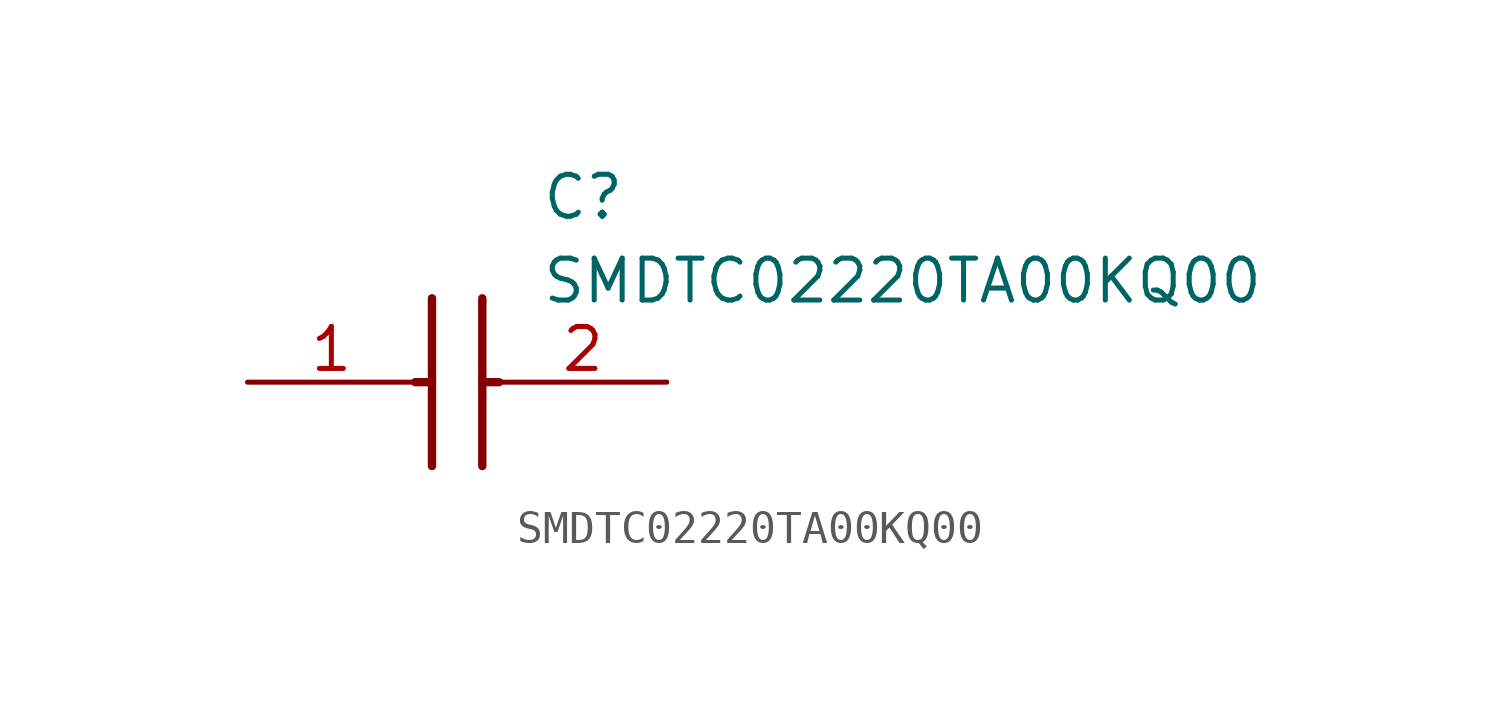
<source format=kicad_sym>
(kicad_symbol_lib
  (version 20211014)
  (generator SamacSys_ECAD_Model)
  (symbol "SMDTC02220TA00KQ00"
    (pin_names hide)
    (property "Reference" "C"
      (at 8.89 6.35 0)
      (effects (font (size 1.27 1.27)) (justify left top)))
    (property "Value" "SMDTC02220TA00KQ00"
      (at 8.89 3.81 0)
      (effects (font (size 1.27 1.27)) (justify left top)))
    (polyline
      (pts (xy 5.588 2.54) (xy 5.588 -2.54))
      (stroke (width 0.254) (type default))
      (fill (type none)))
    (polyline
      (pts (xy 7.112 2.54) (xy 7.112 -2.54))
      (stroke (width 0.254) (type default))
      (fill (type none)))
    (polyline
      (pts (xy 5.08 0) (xy 5.588 0))
      (stroke (width 0.254) (type default))
      (fill (type none)))
    (polyline
      (pts (xy 7.112 0) (xy 7.62 0))
      (stroke (width 0.254) (type default))
      (fill (type none)))
    (pin passive line
      (at 0 0 0)
      (length 5.08)
      (name "1" (effects (font (size 1.27 1.27))))
      (number "1" (effects (font (size 1.27 1.27)))))
    (pin passive line
      (at 12.7 0 180)
      (length 5.08)
      (name "2" (effects (font (size 1.27 1.27))))
      (number "2" (effects (font (size 1.27 1.27)))))))
</source>
